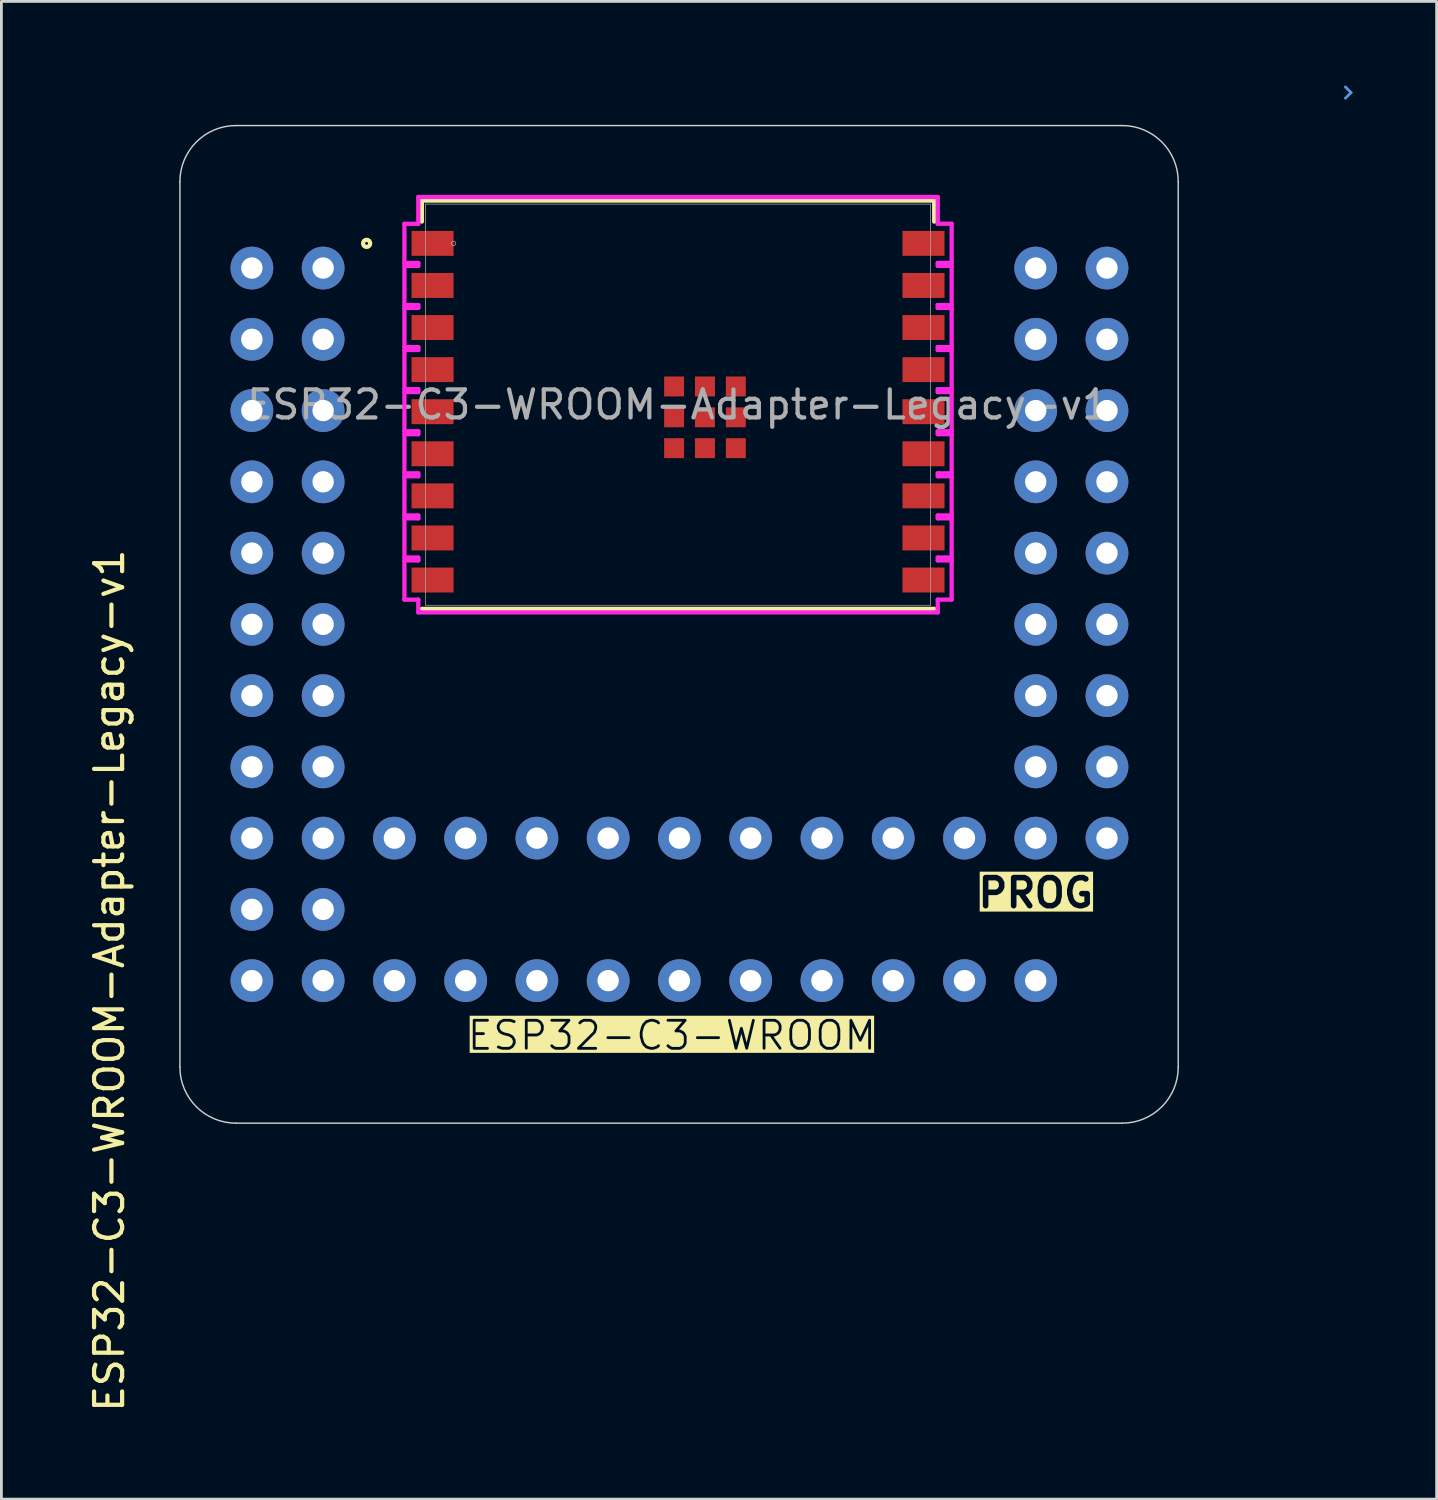
<source format=kicad_pcb>
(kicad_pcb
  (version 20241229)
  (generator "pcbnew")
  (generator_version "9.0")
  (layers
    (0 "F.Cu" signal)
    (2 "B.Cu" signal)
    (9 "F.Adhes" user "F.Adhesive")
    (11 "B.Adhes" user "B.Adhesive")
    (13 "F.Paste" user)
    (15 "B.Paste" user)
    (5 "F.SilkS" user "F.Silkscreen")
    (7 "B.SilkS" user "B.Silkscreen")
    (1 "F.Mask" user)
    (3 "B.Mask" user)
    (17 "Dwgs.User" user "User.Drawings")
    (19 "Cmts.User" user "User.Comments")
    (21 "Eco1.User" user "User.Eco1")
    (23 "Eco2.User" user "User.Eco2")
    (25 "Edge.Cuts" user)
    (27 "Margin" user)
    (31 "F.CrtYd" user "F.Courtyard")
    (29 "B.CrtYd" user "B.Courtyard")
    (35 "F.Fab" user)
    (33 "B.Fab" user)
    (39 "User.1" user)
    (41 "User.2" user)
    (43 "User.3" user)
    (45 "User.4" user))
  (footprint "ESP32-C3-WROOM-Adapter-Legacy-v1"
    (layer "F.Cu")
    (at 21.168 14.125)
    (property "Reference" "ESP32-C3-WROOM-Adapter-Legacy-v1" (at -20.32 17.78 90) (layer "F.SilkS") (effects (font (size 1 1) (thickness 0.15))))
    (attr through_hole)
    (fp_line (start -9.181 -10.027) (end 9.081 -10.027) (stroke (width 0.152) (type solid)) (layer "F.SilkS"))
    (fp_line (start -9.181 -9.277) (end -9.181 -10.027) (stroke (width 0.152) (type solid)) (layer "F.SilkS"))
    (fp_line (start 9.081 -10.027) (end 9.081 -9.277) (stroke (width 0.152) (type solid)) (layer "F.SilkS"))
    (fp_line (start 9.081 4.527) (end -9.181 4.527) (stroke (width 0.152) (type solid)) (layer "F.SilkS"))
    (fp_circle (center -11.15 -8.5) (end -11.023 -8.5) (stroke (width 0.152) (type solid)) (fill no) (layer "F.SilkS"))
    (fp_line (start 23.94 -13.875) (end 23.74 -14.075) (stroke (width 0.1) (type solid)) (layer "Cmts.User"))
    (fp_line (start 23.94 -13.875) (end 23.74 -13.675) (stroke (width 0.1) (type solid)) (layer "Cmts.User"))
    (fp_line (start -17.805 20.86) (end -17.805 -10.7) (stroke (width 0.05) (type default)) (layer "Edge.Cuts"))
    (fp_line (start -15.805 -12.7) (end 15.78 -12.7) (stroke (width 0.05) (type default)) (layer "Edge.Cuts"))
    (fp_line (start 15.78 22.86) (end -15.805 22.86) (stroke (width 0.05) (type default)) (layer "Edge.Cuts"))
    (fp_line (start 17.78 -10.7) (end 17.78 20.86) (stroke (width 0.05) (type default)) (layer "Edge.Cuts"))
    (fp_arc (start -17.8054 -10.7) (mid -17.219614 -12.114214) (end -15.8054 -12.7) (stroke (width 0.05) (type default)) (layer "Edge.Cuts"))
    (fp_arc (start -15.8054 22.86) (mid -17.219614 22.274214) (end -17.8054 20.86) (stroke (width 0.05) (type default)) (layer "Edge.Cuts"))
    (fp_arc (start 15.78 -12.7) (mid 17.194214 -12.114214) (end 17.78 -10.7) (stroke (width 0.05) (type default)) (layer "Edge.Cuts"))
    (fp_arc (start 17.78 20.86) (mid 17.194214 22.274214) (end 15.78 22.86) (stroke (width 0.05) (type default)) (layer "Edge.Cuts"))
    (fp_line (start -9.803 -9.198) (end -9.803 -7.801) (stroke (width 0.152) (type solid)) (layer "F.CrtYd"))
    (fp_line (start -9.803 -7.801) (end -9.308 -7.801) (stroke (width 0.152) (type solid)) (layer "F.CrtYd"))
    (fp_line (start -9.803 -7.699) (end -9.803 -6.301) (stroke (width 0.152) (type solid)) (layer "F.CrtYd"))
    (fp_line (start -9.803 -6.301) (end -9.308 -6.301) (stroke (width 0.152) (type solid)) (layer "F.CrtYd"))
    (fp_line (start -9.803 -6.199) (end -9.803 -4.801) (stroke (width 0.152) (type solid)) (layer "F.CrtYd"))
    (fp_line (start -9.803 -4.801) (end -9.308 -4.801) (stroke (width 0.152) (type solid)) (layer "F.CrtYd"))
    (fp_line (start -9.803 -4.699) (end -9.803 -3.302) (stroke (width 0.152) (type solid)) (layer "F.CrtYd"))
    (fp_line (start -9.803 -3.302) (end -9.308 -3.302) (stroke (width 0.152) (type solid)) (layer "F.CrtYd"))
    (fp_line (start -9.803 -3.199) (end -9.803 -1.802) (stroke (width 0.152) (type solid)) (layer "F.CrtYd"))
    (fp_line (start -9.803 -1.802) (end -9.308 -1.802) (stroke (width 0.152) (type solid)) (layer "F.CrtYd"))
    (fp_line (start -9.803 -1.699) (end -9.803 -0.302) (stroke (width 0.152) (type solid)) (layer "F.CrtYd"))
    (fp_line (start -9.803 -0.302) (end -9.308 -0.302) (stroke (width 0.152) (type solid)) (layer "F.CrtYd"))
    (fp_line (start -9.803 -0.198) (end -9.803 1.199) (stroke (width 0.152) (type solid)) (layer "F.CrtYd"))
    (fp_line (start -9.803 1.199) (end -9.308 1.199) (stroke (width 0.152) (type solid)) (layer "F.CrtYd"))
    (fp_line (start -9.803 1.302) (end -9.803 2.699) (stroke (width 0.152) (type solid)) (layer "F.CrtYd"))
    (fp_line (start -9.803 2.699) (end -9.308 2.699) (stroke (width 0.152) (type solid)) (layer "F.CrtYd"))
    (fp_line (start -9.803 2.801) (end -9.803 4.199) (stroke (width 0.152) (type solid)) (layer "F.CrtYd"))
    (fp_line (start -9.803 4.199) (end -9.308 4.199) (stroke (width 0.152) (type solid)) (layer "F.CrtYd"))
    (fp_line (start -9.308 -10.154) (end -9.308 -9.198) (stroke (width 0.152) (type solid)) (layer "F.CrtYd"))
    (fp_line (start -9.308 -9.198) (end -9.803 -9.198) (stroke (width 0.152) (type solid)) (layer "F.CrtYd"))
    (fp_line (start -9.308 -7.801) (end -9.308 -7.699) (stroke (width 0.152) (type solid)) (layer "F.CrtYd"))
    (fp_line (start -9.308 -7.699) (end -9.803 -7.699) (stroke (width 0.152) (type solid)) (layer "F.CrtYd"))
    (fp_line (start -9.308 -6.301) (end -9.308 -6.199) (stroke (width 0.152) (type solid)) (layer "F.CrtYd"))
    (fp_line (start -9.308 -6.199) (end -9.803 -6.199) (stroke (width 0.152) (type solid)) (layer "F.CrtYd"))
    (fp_line (start -9.308 -4.801) (end -9.308 -4.699) (stroke (width 0.152) (type solid)) (layer "F.CrtYd"))
    (fp_line (start -9.308 -4.699) (end -9.803 -4.699) (stroke (width 0.152) (type solid)) (layer "F.CrtYd"))
    (fp_line (start -9.308 -3.302) (end -9.308 -3.199) (stroke (width 0.152) (type solid)) (layer "F.CrtYd"))
    (fp_line (start -9.308 -3.199) (end -9.803 -3.199) (stroke (width 0.152) (type solid)) (layer "F.CrtYd"))
    (fp_line (start -9.308 -1.802) (end -9.308 -1.699) (stroke (width 0.152) (type solid)) (layer "F.CrtYd"))
    (fp_line (start -9.308 -1.699) (end -9.803 -1.699) (stroke (width 0.152) (type solid)) (layer "F.CrtYd"))
    (fp_line (start -9.308 -0.302) (end -9.308 -0.198) (stroke (width 0.152) (type solid)) (layer "F.CrtYd"))
    (fp_line (start -9.308 -0.198) (end -9.803 -0.198) (stroke (width 0.152) (type solid)) (layer "F.CrtYd"))
    (fp_line (start -9.308 1.199) (end -9.308 1.302) (stroke (width 0.152) (type solid)) (layer "F.CrtYd"))
    (fp_line (start -9.308 1.302) (end -9.803 1.302) (stroke (width 0.152) (type solid)) (layer "F.CrtYd"))
    (fp_line (start -9.308 2.699) (end -9.308 2.801) (stroke (width 0.152) (type solid)) (layer "F.CrtYd"))
    (fp_line (start -9.308 2.801) (end -9.803 2.801) (stroke (width 0.152) (type solid)) (layer "F.CrtYd"))
    (fp_line (start -9.308 4.199) (end -9.308 4.654) (stroke (width 0.152) (type solid)) (layer "F.CrtYd"))
    (fp_line (start -9.308 4.654) (end 9.208 4.654) (stroke (width 0.152) (type solid)) (layer "F.CrtYd"))
    (fp_line (start 9.208 -10.154) (end -9.308 -10.154) (stroke (width 0.152) (type solid)) (layer "F.CrtYd"))
    (fp_line (start 9.208 -9.199) (end 9.208 -10.154) (stroke (width 0.152) (type solid)) (layer "F.CrtYd"))
    (fp_line (start 9.208 -7.802) (end 9.703 -7.802) (stroke (width 0.152) (type solid)) (layer "F.CrtYd"))
    (fp_line (start 9.208 -7.699) (end 9.208 -7.802) (stroke (width 0.152) (type solid)) (layer "F.CrtYd"))
    (fp_line (start 9.208 -6.302) (end 9.703 -6.302) (stroke (width 0.152) (type solid)) (layer "F.CrtYd"))
    (fp_line (start 9.208 -6.199) (end 9.208 -6.302) (stroke (width 0.152) (type solid)) (layer "F.CrtYd"))
    (fp_line (start 9.208 -4.802) (end 9.703 -4.802) (stroke (width 0.152) (type solid)) (layer "F.CrtYd"))
    (fp_line (start 9.208 -4.699) (end 9.208 -4.802) (stroke (width 0.152) (type solid)) (layer "F.CrtYd"))
    (fp_line (start 9.208 -3.302) (end 9.703 -3.302) (stroke (width 0.152) (type solid)) (layer "F.CrtYd"))
    (fp_line (start 9.208 -3.199) (end 9.208 -3.302) (stroke (width 0.152) (type solid)) (layer "F.CrtYd"))
    (fp_line (start 9.208 -1.802) (end 9.703 -1.802) (stroke (width 0.152) (type solid)) (layer "F.CrtYd"))
    (fp_line (start 9.208 -1.699) (end 9.208 -1.802) (stroke (width 0.152) (type solid)) (layer "F.CrtYd"))
    (fp_line (start 9.208 -0.302) (end 9.703 -0.302) (stroke (width 0.152) (type solid)) (layer "F.CrtYd"))
    (fp_line (start 9.208 -0.199) (end 9.208 -0.302) (stroke (width 0.152) (type solid)) (layer "F.CrtYd"))
    (fp_line (start 9.208 1.198) (end 9.703 1.198) (stroke (width 0.152) (type solid)) (layer "F.CrtYd"))
    (fp_line (start 9.208 1.301) (end 9.208 1.198) (stroke (width 0.152) (type solid)) (layer "F.CrtYd"))
    (fp_line (start 9.208 2.698) (end 9.703 2.698) (stroke (width 0.152) (type solid)) (layer "F.CrtYd"))
    (fp_line (start 9.208 2.801) (end 9.208 2.698) (stroke (width 0.152) (type solid)) (layer "F.CrtYd"))
    (fp_line (start 9.208 4.198) (end 9.703 4.198) (stroke (width 0.152) (type solid)) (layer "F.CrtYd"))
    (fp_line (start 9.208 4.654) (end 9.208 4.198) (stroke (width 0.152) (type solid)) (layer "F.CrtYd"))
    (fp_line (start 9.703 -9.199) (end 9.208 -9.199) (stroke (width 0.152) (type solid)) (layer "F.CrtYd"))
    (fp_line (start 9.703 -7.802) (end 9.703 -9.199) (stroke (width 0.152) (type solid)) (layer "F.CrtYd"))
    (fp_line (start 9.703 -7.699) (end 9.208 -7.699) (stroke (width 0.152) (type solid)) (layer "F.CrtYd"))
    (fp_line (start 9.703 -6.302) (end 9.703 -7.699) (stroke (width 0.152) (type solid)) (layer "F.CrtYd"))
    (fp_line (start 9.703 -6.199) (end 9.208 -6.199) (stroke (width 0.152) (type solid)) (layer "F.CrtYd"))
    (fp_line (start 9.703 -4.802) (end 9.703 -6.199) (stroke (width 0.152) (type solid)) (layer "F.CrtYd"))
    (fp_line (start 9.703 -4.699) (end 9.208 -4.699) (stroke (width 0.152) (type solid)) (layer "F.CrtYd"))
    (fp_line (start 9.703 -3.302) (end 9.703 -4.699) (stroke (width 0.152) (type solid)) (layer "F.CrtYd"))
    (fp_line (start 9.703 -3.199) (end 9.208 -3.199) (stroke (width 0.152) (type solid)) (layer "F.CrtYd"))
    (fp_line (start 9.703 -1.802) (end 9.703 -3.199) (stroke (width 0.152) (type solid)) (layer "F.CrtYd"))
    (fp_line (start 9.703 -1.699) (end 9.208 -1.699) (stroke (width 0.152) (type solid)) (layer "F.CrtYd"))
    (fp_line (start 9.703 -0.302) (end 9.703 -1.699) (stroke (width 0.152) (type solid)) (layer "F.CrtYd"))
    (fp_line (start 9.703 -0.199) (end 9.208 -0.199) (stroke (width 0.152) (type solid)) (layer "F.CrtYd"))
    (fp_line (start 9.703 1.198) (end 9.703 -0.199) (stroke (width 0.152) (type solid)) (layer "F.CrtYd"))
    (fp_line (start 9.703 1.301) (end 9.208 1.301) (stroke (width 0.152) (type solid)) (layer "F.CrtYd"))
    (fp_line (start 9.703 2.698) (end 9.703 1.301) (stroke (width 0.152) (type solid)) (layer "F.CrtYd"))
    (fp_line (start 9.703 2.801) (end 9.208 2.801) (stroke (width 0.152) (type solid)) (layer "F.CrtYd"))
    (fp_line (start 9.703 4.198) (end 9.703 2.801) (stroke (width 0.152) (type solid)) (layer "F.CrtYd"))
    (fp_line (start -9.054 -9.9) (end -9.054 4.4) (stroke (width 0.025) (type solid)) (layer "F.Fab"))
    (fp_line (start -9.054 4.4) (end 8.954 4.4) (stroke (width 0.025) (type solid)) (layer "F.Fab"))
    (fp_line (start 8.954 -9.9) (end -9.054 -9.9) (stroke (width 0.025) (type solid)) (layer "F.Fab"))
    (fp_line (start 8.954 4.4) (end 8.954 -9.9) (stroke (width 0.025) (type solid)) (layer "F.Fab"))
    (fp_circle (center -8.051 -8.5) (end -7.974 -8.5) (stroke (width 0.025) (type solid)) (fill no) (layer "F.Fab"))
    (fp_text user "PROG" (at 12.7 15.24 0) (unlocked yes) (layer "F.SilkS" knockout) (effects (font (size 1 1) (thickness 0.2) (bold yes)) (justify bottom)))
    (fp_text user "ESP32-C3-WROOM" (at -7.62 20.32 0) (unlocked yes) (layer "F.SilkS" knockout) (effects (font (size 1 1) (thickness 0.1)) (justify left bottom)))
    (fp_text user "${REFERENCE}" (at -0.05 -2.75 0) (unlocked yes) (layer "F.Fab") (effects (font (size 1 1) (thickness 0.15))))
    (pad "" thru_hole circle (at -15.24 5.08) (size 1.524 1.524) (drill 0.762) (layers "*.Cu" "*.Mask"))
    (pad "" thru_hole circle (at -15.24 7.62) (size 1.524 1.524) (drill 0.762) (layers "*.Cu" "*.Mask"))
    (pad "" thru_hole circle (at -15.24 10.16) (size 1.524 1.524) (drill 0.762) (layers "*.Cu" "*.Mask"))
    (pad "" thru_hole circle (at -15.24 17.78 90) (size 1.524 1.524) (drill 0.762) (layers "*.Cu" "*.Mask"))
    (pad "" thru_hole circle (at -12.7 2.54) (size 1.524 1.524) (drill 0.762) (layers "*.Cu" "*.Mask"))
    (pad "" thru_hole circle (at -12.7 5.08) (size 1.524 1.524) (drill 0.762) (layers "*.Cu" "*.Mask"))
    (pad "" thru_hole circle (at -12.7 7.62) (size 1.524 1.524) (drill 0.762) (layers "*.Cu" "*.Mask"))
    (pad "" thru_hole circle (at -12.7 10.16) (size 1.524 1.524) (drill 0.762) (layers "*.Cu" "*.Mask"))
    (pad "" thru_hole circle (at -12.7 17.78 90) (size 1.524 1.524) (drill 0.762) (layers "*.Cu" "*.Mask"))
    (pad "" thru_hole circle (at -10.16 17.78 90) (size 1.524 1.524) (drill 0.762) (layers "*.Cu" "*.Mask"))
    (pad "" thru_hole circle (at -7.62 17.78 90) (size 1.524 1.524) (drill 0.762) (layers "*.Cu" "*.Mask"))
    (pad "" thru_hole circle (at -5.08 17.78 90) (size 1.524 1.524) (drill 0.762) (layers "*.Cu" "*.Mask"))
    (pad "" thru_hole circle (at -2.54 17.78 90) (size 1.524 1.524) (drill 0.762) (layers "*.Cu" "*.Mask"))
    (pad "" thru_hole circle (at 0 17.78 90) (size 1.524 1.524) (drill 0.762) (layers "*.Cu" "*.Mask"))
    (pad "" thru_hole circle (at 2.54 17.78 90) (size 1.524 1.524) (drill 0.762) (layers "*.Cu" "*.Mask"))
    (pad "" thru_hole circle (at 5.08 17.78 90) (size 1.524 1.524) (drill 0.762) (layers "*.Cu" "*.Mask"))
    (pad "" thru_hole circle (at 7.62 17.78 90) (size 1.524 1.524) (drill 0.762) (layers "*.Cu" "*.Mask"))
    (pad "" thru_hole circle (at 10.16 17.78 90) (size 1.524 1.524) (drill 0.762) (layers "*.Cu" "*.Mask"))
    (pad "" thru_hole circle (at 12.7 17.78 90) (size 1.524 1.524) (drill 0.762) (layers "*.Cu" "*.Mask"))
    (pad "" thru_hole circle (at 15.24 12.7 90) (size 1.524 1.524) (drill 0.762) (layers "*.Cu" "*.Mask"))
    (pad "1" thru_hole circle (at -15.24 -7.62) (size 1.524 1.524) (drill 0.762) (layers "*.Cu" "*.Mask"))
    (pad "1" smd rect (at -8.8 -8.5) (size 1.499 0.889) (layers "F.Cu" "F.Mask" "F.Paste"))
    (pad "2" thru_hole circle (at -15.24 15.24 90) (size 1.524 1.524) (drill 0.762) (layers "*.Cu" "*.Mask"))
    (pad "2" thru_hole circle (at -12.7 -7.62) (size 1.524 1.524) (drill 0.762) (layers "*.Cu" "*.Mask"))
    (pad "2" smd rect (at -8.8 -7) (size 1.499 0.889) (layers "F.Cu" "F.Mask" "F.Paste"))
    (pad "3" thru_hole circle (at -15.24 -5.08) (size 1.524 1.524) (drill 0.762) (layers "*.Cu" "*.Mask"))
    (pad "3" smd rect (at -8.8 -5.5) (size 1.499 0.889) (layers "F.Cu" "F.Mask" "F.Paste"))
    (pad "4" thru_hole circle (at -12.7 -5.08) (size 1.524 1.524) (drill 0.762) (layers "*.Cu" "*.Mask"))
    (pad "4" smd rect (at -8.8 -4) (size 1.499 0.889) (layers "F.Cu" "F.Mask" "F.Paste"))
    (pad "5" thru_hole circle (at -15.24 -2.54) (size 1.524 1.524) (drill 0.762) (layers "*.Cu" "*.Mask"))
    (pad "5" smd rect (at -8.8 -2.5) (size 1.499 0.889) (layers "F.Cu" "F.Mask" "F.Paste"))
    (pad "6" thru_hole circle (at -12.7 -2.54) (size 1.524 1.524) (drill 0.762) (layers "*.Cu" "*.Mask"))
    (pad "6" smd rect (at -8.8 -1) (size 1.499 0.889) (layers "F.Cu" "F.Mask" "F.Paste"))
    (pad "7" thru_hole circle (at -15.24 0) (size 1.524 1.524) (drill 0.762) (layers "*.Cu" "*.Mask"))
    (pad "7" smd rect (at -8.8 0.5) (size 1.499 0.889) (layers "F.Cu" "F.Mask" "F.Paste"))
    (pad "8" thru_hole circle (at -12.7 0) (size 1.524 1.524) (drill 0.762) (layers "*.Cu" "*.Mask"))
    (pad "8" smd rect (at -8.8 2) (size 1.499 0.889) (layers "F.Cu" "F.Mask" "F.Paste"))
    (pad "9" thru_hole circle (at -15.24 2.54) (size 1.524 1.524) (drill 0.762) (layers "*.Cu" "*.Mask"))
    (pad "9" smd rect (at -8.8 3.5) (size 1.499 0.889) (layers "F.Cu" "F.Mask" "F.Paste"))
    (pad "10" smd rect (at 8.7 3.5) (size 1.499 0.889) (layers "F.Cu" "F.Mask" "F.Paste"))
    (pad "11" smd rect (at 8.7 2) (size 1.499 0.889) (layers "F.Cu" "F.Mask" "F.Paste"))
    (pad "12" smd rect (at 8.7 0.5) (size 1.499 0.889) (layers "F.Cu" "F.Mask" "F.Paste"))
    (pad "13" smd rect (at 8.7 -1) (size 1.499 0.889) (layers "F.Cu" "F.Mask" "F.Paste"))
    (pad "14" smd rect (at 8.7 -2.5) (size 1.499 0.889) (layers "F.Cu" "F.Mask" "F.Paste"))
    (pad "15" thru_hole circle (at -15.24 12.7 90) (size 1.524 1.524) (drill 0.762) (layers "*.Cu" "*.Mask"))
    (pad "15" thru_hole circle (at -12.7 12.7 90) (size 1.524 1.524) (drill 0.762) (layers "*.Cu" "*.Mask"))
    (pad "15" thru_hole circle (at -12.7 15.24 90) (size 1.524 1.524) (drill 0.762) (layers "*.Cu" "*.Mask"))
    (pad "15" thru_hole circle (at -10.16 12.7 90) (size 1.524 1.524) (drill 0.762) (layers "*.Cu" "*.Mask"))
    (pad "15" smd rect (at 8.7 -4) (size 1.499 0.889) (layers "F.Cu" "F.Mask" "F.Paste"))
    (pad "16" thru_hole circle (at -7.62 12.7 90) (size 1.524 1.524) (drill 0.762) (layers "*.Cu" "*.Mask"))
    (pad "16" smd rect (at 8.7 -5.5) (size 1.499 0.889) (layers "F.Cu" "F.Mask" "F.Paste"))
    (pad "17" thru_hole circle (at -5.08 12.7 90) (size 1.524 1.524) (drill 0.762) (layers "*.Cu" "*.Mask"))
    (pad "17" smd rect (at 8.7 -7) (size 1.499 0.889) (layers "F.Cu" "F.Mask" "F.Paste"))
    (pad "18" thru_hole circle (at -2.54 12.7 90) (size 1.524 1.524) (drill 0.762) (layers "*.Cu" "*.Mask"))
    (pad "18" smd rect (at 8.7 -8.5) (size 1.499 0.889) (layers "F.Cu" "F.Mask" "F.Paste"))
    (pad "19" thru_hole circle (at 0 12.7 90) (size 1.524 1.524) (drill 0.762) (layers "*.Cu" "*.Mask"))
    (pad "19" smd rect (at 0.91 -2.3) (size 0.711 0.711) (layers "F.Cu" "F.Mask" "F.Paste"))
    (pad "20" smd rect (at -0.19 -3.4) (size 0.711 0.711) (layers "F.Cu" "F.Mask" "F.Paste"))
    (pad "20" thru_hole circle (at 2.54 12.7 90) (size 1.524 1.524) (drill 0.762) (layers "*.Cu" "*.Mask"))
    (pad "21" smd rect (at -0.19 -2.3) (size 0.711 0.711) (layers "F.Cu" "F.Mask" "F.Paste"))
    (pad "21" thru_hole circle (at 5.08 12.7 90) (size 1.524 1.524) (drill 0.762) (layers "*.Cu" "*.Mask"))
    (pad "22" smd rect (at -0.19 -1.2) (size 0.711 0.711) (layers "F.Cu" "F.Mask" "F.Paste"))
    (pad "22" thru_hole circle (at 7.62 12.7 90) (size 1.524 1.524) (drill 0.762) (layers "*.Cu" "*.Mask"))
    (pad "23" smd rect (at 0.91 -1.2) (size 0.711 0.711) (layers "F.Cu" "F.Mask" "F.Paste"))
    (pad "23" thru_hole circle (at 10.16 12.7 90) (size 1.524 1.524) (drill 0.762) (layers "*.Cu" "*.Mask"))
    (pad "24" smd rect (at 2.01 -1.2) (size 0.711 0.711) (layers "F.Cu" "F.Mask" "F.Paste"))
    (pad "24" thru_hole circle (at 12.7 12.7 90) (size 1.524 1.524) (drill 0.762) (layers "*.Cu" "*.Mask"))
    (pad "25" smd rect (at 2.01 -2.3) (size 0.711 0.711) (layers "F.Cu" "F.Mask" "F.Paste"))
    (pad "25" thru_hole circle (at 12.7 10.16) (size 1.524 1.524) (drill 0.762) (layers "*.Cu" "*.Mask"))
    (pad "25" thru_hole circle (at 15.24 7.62) (size 1.524 1.524) (drill 0.762) (layers "*.Cu" "*.Mask"))
    (pad "26" smd rect (at 2.01 -3.4) (size 0.711 0.711) (layers "F.Cu" "F.Mask" "F.Paste"))
    (pad "26" thru_hole circle (at 12.7 7.62) (size 1.524 1.524) (drill 0.762) (layers "*.Cu" "*.Mask"))
    (pad "27" smd rect (at 0.91 -3.4) (size 0.711 0.711) (layers "F.Cu" "F.Mask" "F.Paste"))
    (pad "27" thru_hole circle (at 15.24 5.08) (size 1.524 1.524) (drill 0.762) (layers "*.Cu" "*.Mask"))
    (pad "28" thru_hole circle (at 12.7 5.08) (size 1.524 1.524) (drill 0.762) (layers "*.Cu" "*.Mask"))
    (pad "29" thru_hole circle (at 15.24 2.54) (size 1.524 1.524) (drill 0.762) (layers "*.Cu" "*.Mask"))
    (pad "30" thru_hole circle (at 12.7 2.54) (size 1.524 1.524) (drill 0.762) (layers "*.Cu" "*.Mask"))
    (pad "31" thru_hole circle (at 15.24 0) (size 1.524 1.524) (drill 0.762) (layers "*.Cu" "*.Mask"))
    (pad "32" thru_hole circle (at 12.7 0) (size 1.524 1.524) (drill 0.762) (layers "*.Cu" "*.Mask"))
    (pad "33" thru_hole circle (at 15.24 -2.54) (size 1.524 1.524) (drill 0.762) (layers "*.Cu" "*.Mask"))
    (pad "34" thru_hole circle (at 12.7 -2.54) (size 1.524 1.524) (drill 0.762) (layers "*.Cu" "*.Mask"))
    (pad "35" thru_hole circle (at 15.24 -5.08) (size 1.524 1.524) (drill 0.762) (layers "*.Cu" "*.Mask"))
    (pad "36" thru_hole circle (at 12.7 -5.08) (size 1.524 1.524) (drill 0.762) (layers "*.Cu" "*.Mask"))
    (pad "37" thru_hole circle (at 15.24 -7.62) (size 1.524 1.524) (drill 0.762) (layers "*.Cu" "*.Mask"))
    (pad "38" thru_hole circle (at 12.7 -7.62) (size 1.524 1.524) (drill 0.762) (layers "*.Cu" "*.Mask"))
    (pad "38" thru_hole circle (at 15.24 10.16) (size 1.524 1.524) (drill 0.762) (layers "*.Cu" "*.Mask")))
  (gr_rect
    (start -3 -3)
    (end 48.158 50.387)
    (stroke (width 0.1) (type default))
    (fill no)
    (layer "Edge.Cuts")))
</source>
